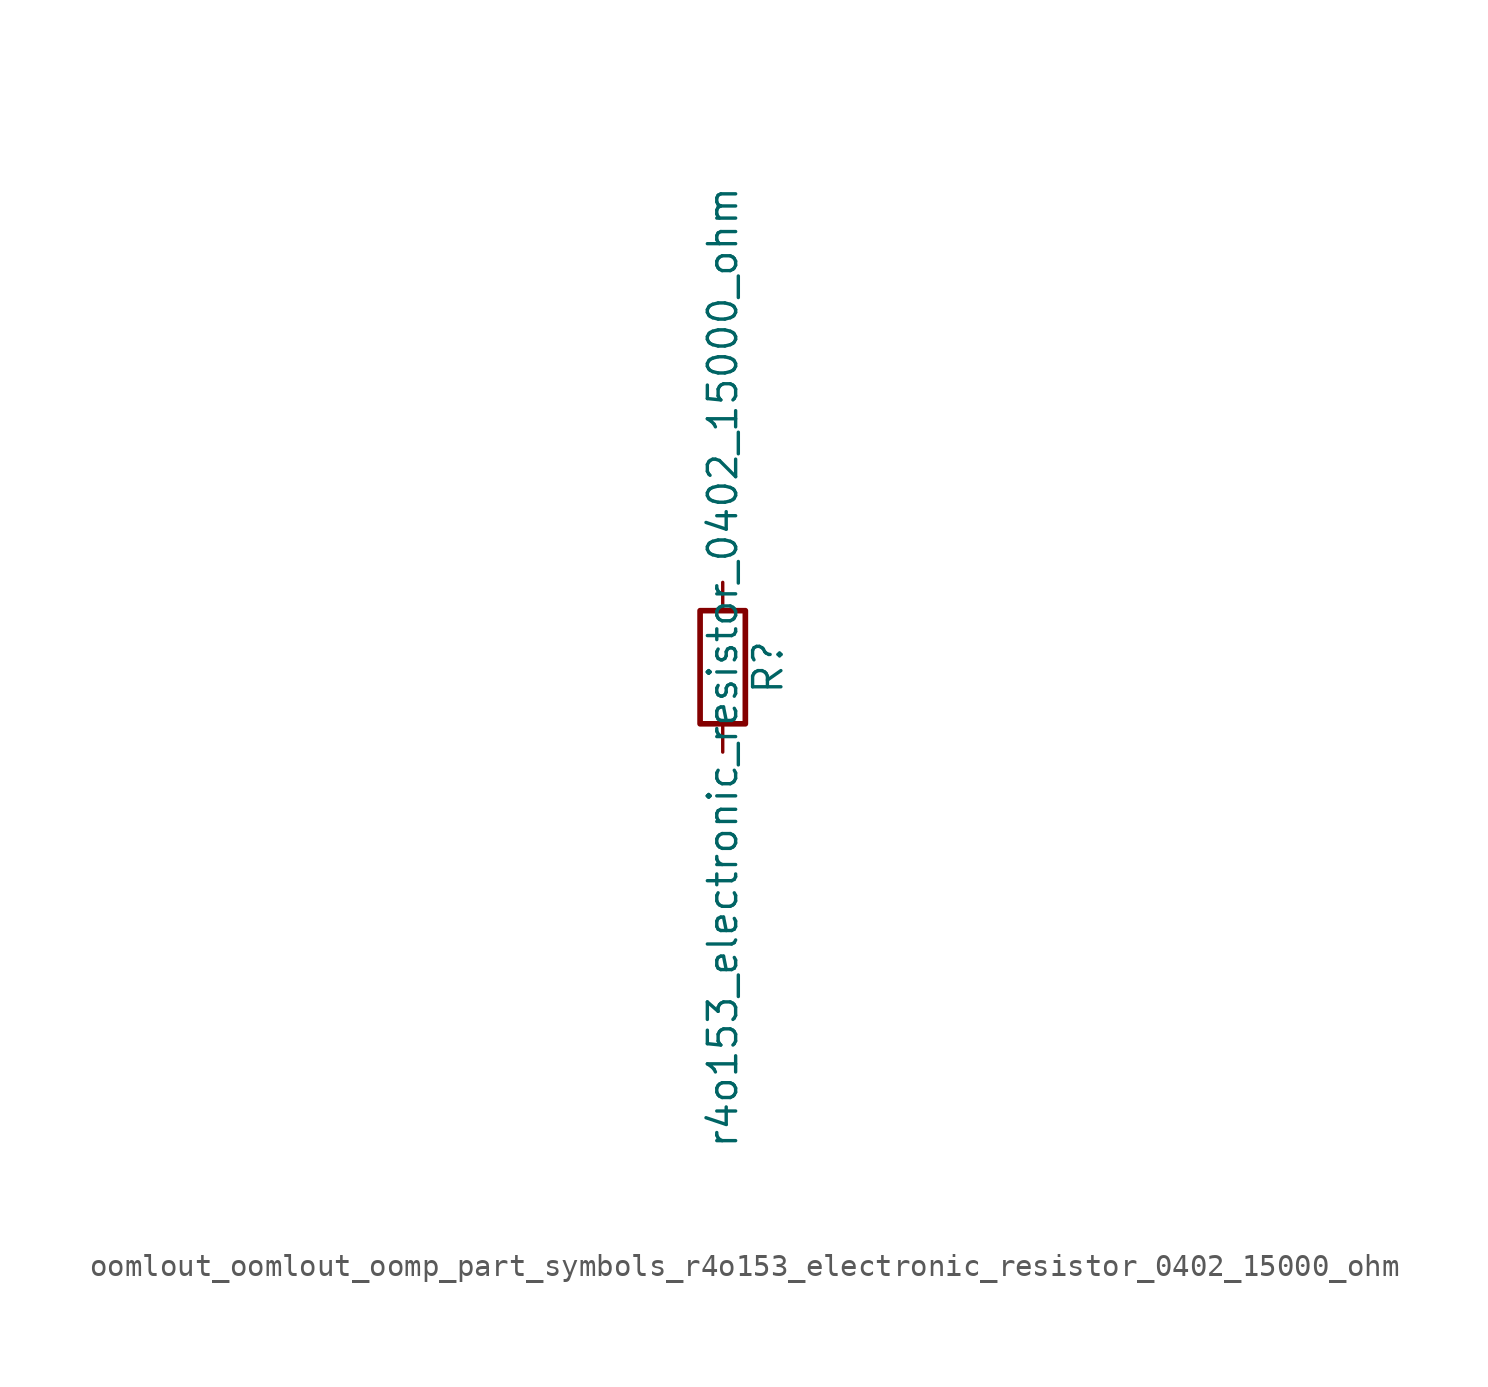
<source format=kicad_sym>
(kicad_symbol_lib
  (version 20220914)
  (generator kicad_symbol_editor)
  (symbol "oomlout_oomlout_oomp_part_symbols_r4o153_electronic_resistor_0402_15000_ohm"
    (pin_numbers hide)
    (pin_names
      (offset 0))
    (property "Reference" "R"
      (at 2.032 0 90)
      (effects (font (size 1.27 1.27))))
    (property "Value" "r4o153_electronic_resistor_0402_15000_ohm"
      (at 0 0 90)
      (effects (font (size 1.27 1.27))))
    (symbol "oomlout_oomlout_oomp_part_symbols_r4o153_electronic_resistor_0402_15000_ohm_0_1"
      (rectangle (start -1.016 -2.54) (end 1.016 2.54) (stroke (width 0.254) (type default)) (fill (type none))))
    (symbol "oomlout_oomlout_oomp_part_symbols_r4o153_electronic_resistor_0402_15000_ohm_1_1"
      (pin passive line (at 0 3.81 270) (length 1.27) (name "~" (effects (font (size 1.27 1.27)))) (number "1" (effects (font (size 1.27 1.27)))))
      (pin passive line (at 0 -3.81 90) (length 1.27) (name "~" (effects (font (size 1.27 1.27)))) (number "2" (effects (font (size 1.27 1.27))))))))
</source>
